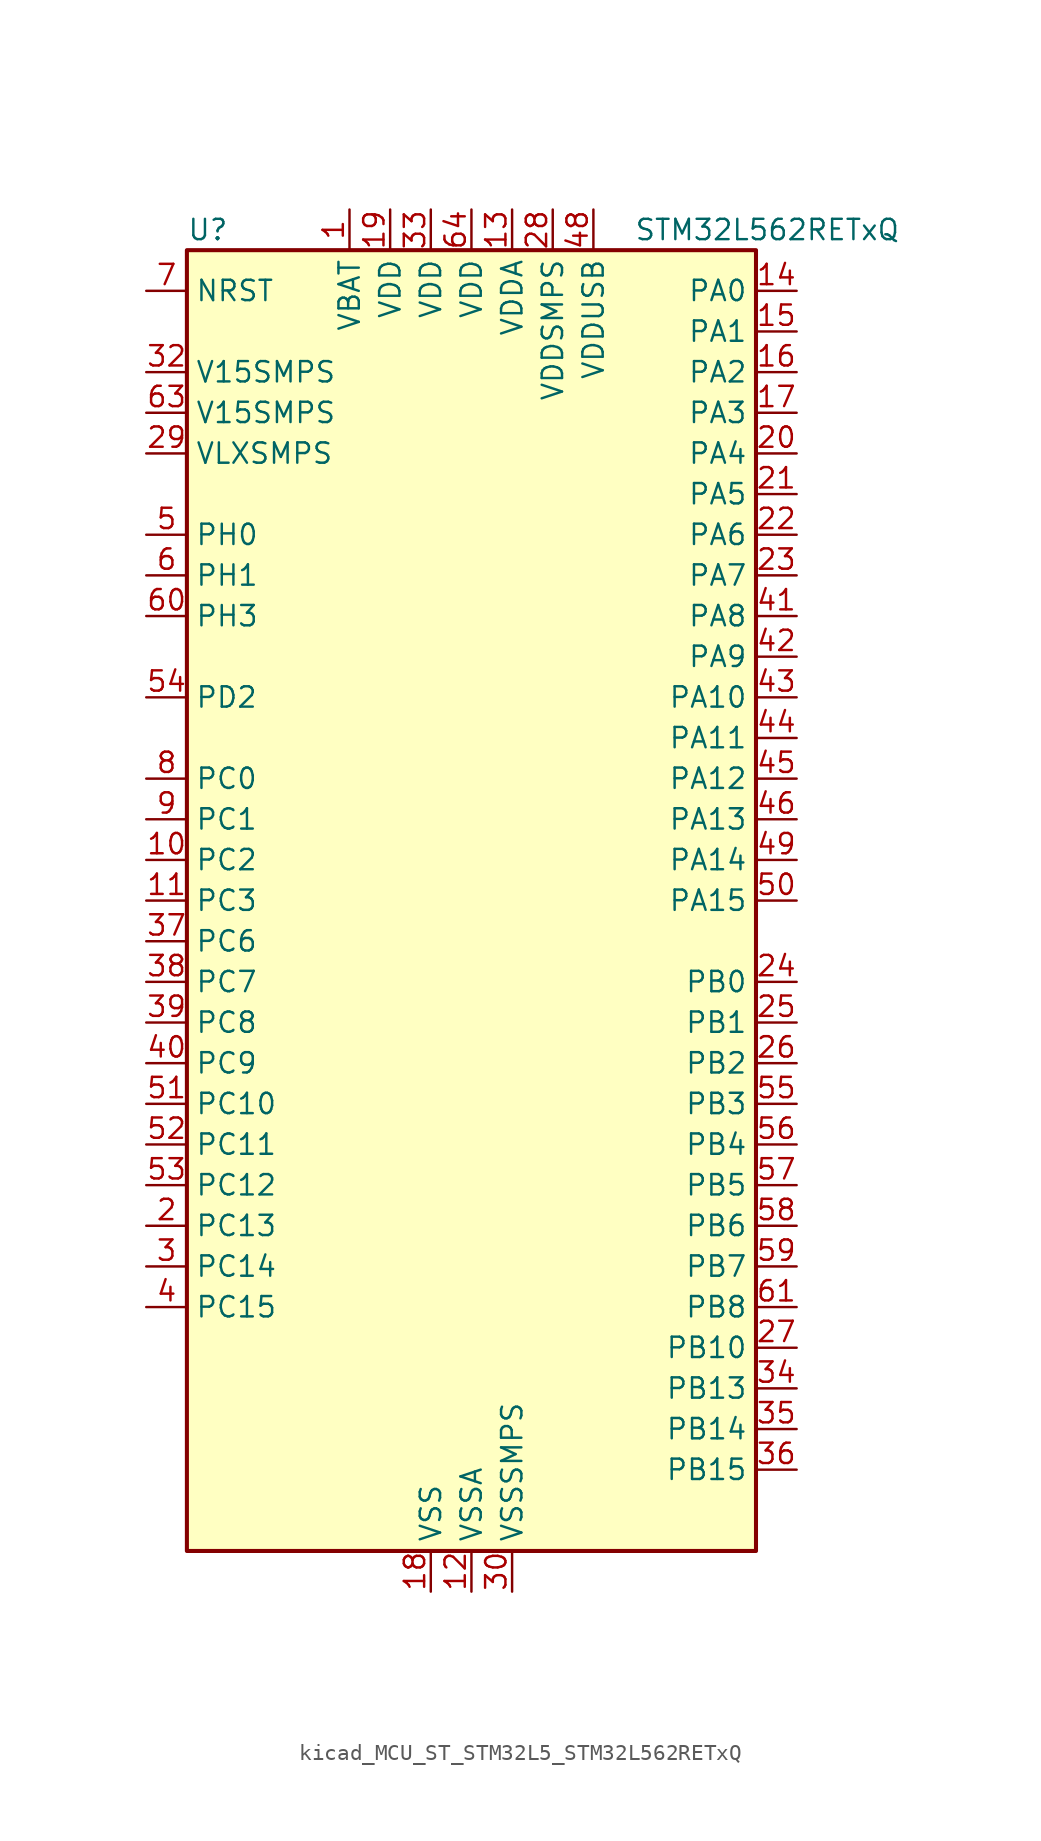
<source format=kicad_sym>
(kicad_symbol_lib
  (version 20220914)
  (generator kicad_symbol_editor)
  (symbol "kicad_MCU_ST_STM32L5_STM32L562RETxQ"
    (property "Reference" "U"
      (at -17.78 41.91 0)
      (effects (font (size 1.27 1.27)) (justify left)))
    (property "Value" "STM32L562RETxQ"
      (at 10.16 41.91 0)
      (effects (font (size 1.27 1.27)) (justify left)))
    (property "ki_locked" ""
      (at 0 0 0)
      (effects (font (size 1.27 1.27))))
    (symbol "kicad_MCU_ST_STM32L5_STM32L562RETxQ_0_1"
      (rectangle (start -17.78 -40.64) (end 17.78 40.64) (stroke (width 0.254) (type default)) (fill (type background))))
    (symbol "kicad_MCU_ST_STM32L5_STM32L562RETxQ_1_1"
      (pin power_in line (at -7.62 43.18 270) (length 2.54) (name "VBAT" (effects (font (size 1.27 1.27)))) (number "1" (effects (font (size 1.27 1.27)))))
      (pin bidirectional line (at -20.32 2.54 0) (length 2.54) (name "PC2" (effects (font (size 1.27 1.27)))) (number "10" (effects (font (size 1.27 1.27)))) (alternate "ADC1_IN3" bidirectional line) (alternate "ADC2_IN3" bidirectional line) (alternate "DFSDM1_CKOUT" bidirectional line) (alternate "LPTIM1_IN2" bidirectional line) (alternate "OCTOSPI1_IO5" bidirectional line) (alternate "SPI2_MISO" bidirectional line))
      (pin bidirectional line (at -20.32 0 0) (length 2.54) (name "PC3" (effects (font (size 1.27 1.27)))) (number "11" (effects (font (size 1.27 1.27)))) (alternate "ADC1_IN4" bidirectional line) (alternate "ADC2_IN4" bidirectional line) (alternate "LPTIM1_ETR" bidirectional line) (alternate "LPTIM2_ETR" bidirectional line) (alternate "LPTIM3_OUT" bidirectional line) (alternate "OCTOSPI1_IO6" bidirectional line) (alternate "SAI1_D1" bidirectional line) (alternate "SAI1_SD_A" bidirectional line) (alternate "SPI2_MOSI" bidirectional line))
      (pin power_in line (at 0 -43.18 90) (length 2.54) (name "VSSA" (effects (font (size 1.27 1.27)))) (number "12" (effects (font (size 1.27 1.27)))))
      (pin power_in line (at 2.54 43.18 270) (length 2.54) (name "VDDA" (effects (font (size 1.27 1.27)))) (number "13" (effects (font (size 1.27 1.27)))))
      (pin bidirectional line (at 20.32 38.1 180) (length 2.54) (name "PA0" (effects (font (size 1.27 1.27)))) (number "14" (effects (font (size 1.27 1.27)))) (alternate "ADC1_IN5" bidirectional line) (alternate "ADC2_IN5" bidirectional line) (alternate "OPAMP1_VINP" bidirectional line) (alternate "PWR_WKUP1" bidirectional line) (alternate "SAI1_EXTCLK" bidirectional line) (alternate "TAMP_IN2" bidirectional line) (alternate "TAMP_OUT1" bidirectional line) (alternate "TIM2_CH1" bidirectional line) (alternate "TIM2_ETR" bidirectional line) (alternate "TIM5_CH1" bidirectional line) (alternate "TIM8_ETR" bidirectional line) (alternate "UART4_TX" bidirectional line) (alternate "USART2_CTS" bidirectional line) (alternate "USART2_NSS" bidirectional line))
      (pin bidirectional line (at 20.32 35.56 180) (length 2.54) (name "PA1" (effects (font (size 1.27 1.27)))) (number "15" (effects (font (size 1.27 1.27)))) (alternate "ADC1_IN6" bidirectional line) (alternate "ADC2_IN6" bidirectional line) (alternate "I2C1_SMBA" bidirectional line) (alternate "OCTOSPI1_DQS" bidirectional line) (alternate "OPAMP1_VINM" bidirectional line) (alternate "SPI1_SCK" bidirectional line) (alternate "TAMP_IN5" bidirectional line) (alternate "TAMP_OUT4" bidirectional line) (alternate "TIM15_CH1N" bidirectional line) (alternate "TIM2_CH2" bidirectional line) (alternate "TIM5_CH2" bidirectional line) (alternate "UART4_RX" bidirectional line) (alternate "USART2_DE" bidirectional line) (alternate "USART2_RTS" bidirectional line))
      (pin bidirectional line (at 20.32 33.02 180) (length 2.54) (name "PA2" (effects (font (size 1.27 1.27)))) (number "16" (effects (font (size 1.27 1.27)))) (alternate "ADC1_IN7" bidirectional line) (alternate "ADC2_IN7" bidirectional line) (alternate "COMP1_INP" bidirectional line) (alternate "LPUART1_TX" bidirectional line) (alternate "OCTOSPI1_NCS" bidirectional line) (alternate "PWR_WKUP4" bidirectional line) (alternate "RCC_LSCO" bidirectional line) (alternate "SAI2_EXTCLK" bidirectional line) (alternate "TIM15_CH1" bidirectional line) (alternate "TIM2_CH3" bidirectional line) (alternate "TIM5_CH3" bidirectional line) (alternate "UCPD1_FRSTX1" bidirectional line) (alternate "USART2_TX" bidirectional line))
      (pin bidirectional line (at 20.32 30.48 180) (length 2.54) (name "PA3" (effects (font (size 1.27 1.27)))) (number "17" (effects (font (size 1.27 1.27)))) (alternate "ADC1_IN8" bidirectional line) (alternate "ADC2_IN8" bidirectional line) (alternate "LPUART1_RX" bidirectional line) (alternate "OCTOSPI1_CLK" bidirectional line) (alternate "OPAMP1_VOUT" bidirectional line) (alternate "SAI1_CK1" bidirectional line) (alternate "SAI1_MCLK_A" bidirectional line) (alternate "TIM15_CH2" bidirectional line) (alternate "TIM2_CH4" bidirectional line) (alternate "TIM5_CH4" bidirectional line) (alternate "USART2_RX" bidirectional line))
      (pin power_in line (at -2.54 -43.18 90) (length 2.54) (name "VSS" (effects (font (size 1.27 1.27)))) (number "18" (effects (font (size 1.27 1.27)))))
      (pin power_in line (at -5.08 43.18 270) (length 2.54) (name "VDD" (effects (font (size 1.27 1.27)))) (number "19" (effects (font (size 1.27 1.27)))))
      (pin bidirectional line (at -20.32 -20.32 0) (length 2.54) (name "PC13" (effects (font (size 1.27 1.27)))) (number "2" (effects (font (size 1.27 1.27)))) (alternate "PWR_WKUP2" bidirectional line) (alternate "RTC_OUT1" bidirectional line) (alternate "RTC_TS" bidirectional line) (alternate "TAMP_IN1" bidirectional line) (alternate "TAMP_OUT2" bidirectional line))
      (pin bidirectional line (at 20.32 27.94 180) (length 2.54) (name "PA4" (effects (font (size 1.27 1.27)))) (number "20" (effects (font (size 1.27 1.27)))) (alternate "ADC1_IN9" bidirectional line) (alternate "ADC2_IN9" bidirectional line) (alternate "DAC1_OUT1" bidirectional line) (alternate "LPTIM2_OUT" bidirectional line) (alternate "OCTOSPI1_NCS" bidirectional line) (alternate "SAI1_FS_B" bidirectional line) (alternate "SPI1_NSS" bidirectional line) (alternate "SPI3_NSS" bidirectional line) (alternate "USART2_CK" bidirectional line))
      (pin bidirectional line (at 20.32 25.4 180) (length 2.54) (name "PA5" (effects (font (size 1.27 1.27)))) (number "21" (effects (font (size 1.27 1.27)))) (alternate "ADC1_IN10" bidirectional line) (alternate "ADC2_IN10" bidirectional line) (alternate "DAC1_OUT2" bidirectional line) (alternate "LPTIM2_ETR" bidirectional line) (alternate "SPI1_SCK" bidirectional line) (alternate "TIM2_CH1" bidirectional line) (alternate "TIM2_ETR" bidirectional line) (alternate "TIM8_CH1N" bidirectional line))
      (pin bidirectional line (at 20.32 22.86 180) (length 2.54) (name "PA6" (effects (font (size 1.27 1.27)))) (number "22" (effects (font (size 1.27 1.27)))) (alternate "ADC1_IN11" bidirectional line) (alternate "ADC2_IN11" bidirectional line) (alternate "LPUART1_CTS" bidirectional line) (alternate "OCTOSPI1_IO3" bidirectional line) (alternate "OPAMP2_VINP" bidirectional line) (alternate "SPI1_MISO" bidirectional line) (alternate "TIM16_CH1" bidirectional line) (alternate "TIM1_BKIN" bidirectional line) (alternate "TIM3_CH1" bidirectional line) (alternate "TIM8_BKIN" bidirectional line) (alternate "USART3_CTS" bidirectional line) (alternate "USART3_NSS" bidirectional line))
      (pin bidirectional line (at 20.32 20.32 180) (length 2.54) (name "PA7" (effects (font (size 1.27 1.27)))) (number "23" (effects (font (size 1.27 1.27)))) (alternate "ADC1_IN12" bidirectional line) (alternate "ADC2_IN12" bidirectional line) (alternate "I2C3_SCL" bidirectional line) (alternate "OCTOSPI1_IO2" bidirectional line) (alternate "OPAMP2_VINM" bidirectional line) (alternate "SPI1_MOSI" bidirectional line) (alternate "TIM17_CH1" bidirectional line) (alternate "TIM1_CH1N" bidirectional line) (alternate "TIM3_CH2" bidirectional line) (alternate "TIM8_CH1N" bidirectional line))
      (pin bidirectional line (at 20.32 -5.08 180) (length 2.54) (name "PB0" (effects (font (size 1.27 1.27)))) (number "24" (effects (font (size 1.27 1.27)))) (alternate "ADC1_IN15" bidirectional line) (alternate "ADC2_IN15" bidirectional line) (alternate "COMP1_OUT" bidirectional line) (alternate "OCTOSPI1_IO1" bidirectional line) (alternate "OPAMP2_VOUT" bidirectional line) (alternate "SAI1_EXTCLK" bidirectional line) (alternate "SPI1_NSS" bidirectional line) (alternate "TIM1_CH2N" bidirectional line) (alternate "TIM3_CH3" bidirectional line) (alternate "TIM8_CH2N" bidirectional line) (alternate "USART3_CK" bidirectional line))
      (pin bidirectional line (at 20.32 -7.62 180) (length 2.54) (name "PB1" (effects (font (size 1.27 1.27)))) (number "25" (effects (font (size 1.27 1.27)))) (alternate "ADC1_IN16" bidirectional line) (alternate "ADC2_IN16" bidirectional line) (alternate "COMP1_INM" bidirectional line) (alternate "DFSDM1_DATIN0" bidirectional line) (alternate "LPTIM2_IN1" bidirectional line) (alternate "LPUART1_DE" bidirectional line) (alternate "LPUART1_RTS" bidirectional line) (alternate "OCTOSPI1_IO0" bidirectional line) (alternate "TIM1_CH3N" bidirectional line) (alternate "TIM3_CH4" bidirectional line) (alternate "TIM8_CH3N" bidirectional line) (alternate "USART3_DE" bidirectional line) (alternate "USART3_RTS" bidirectional line))
      (pin bidirectional line (at 20.32 -10.16 180) (length 2.54) (name "PB2" (effects (font (size 1.27 1.27)))) (number "26" (effects (font (size 1.27 1.27)))) (alternate "COMP1_INP" bidirectional line) (alternate "DFSDM1_CKIN0" bidirectional line) (alternate "I2C3_SMBA" bidirectional line) (alternate "LPTIM1_OUT" bidirectional line) (alternate "OCTOSPI1_DQS" bidirectional line) (alternate "RTC_OUT2" bidirectional line) (alternate "UCPD1_FRSTX1" bidirectional line))
      (pin bidirectional line (at 20.32 -27.94 180) (length 2.54) (name "PB10" (effects (font (size 1.27 1.27)))) (number "27" (effects (font (size 1.27 1.27)))) (alternate "COMP1_OUT" bidirectional line) (alternate "I2C2_SCL" bidirectional line) (alternate "I2C4_SCL" bidirectional line) (alternate "LPTIM3_OUT" bidirectional line) (alternate "LPUART1_RX" bidirectional line) (alternate "OCTOSPI1_CLK" bidirectional line) (alternate "SAI1_SCK_A" bidirectional line) (alternate "SPI2_SCK" bidirectional line) (alternate "TIM2_CH3" bidirectional line) (alternate "TSC_SYNC" bidirectional line) (alternate "USART3_TX" bidirectional line))
      (pin power_in line (at 5.08 43.18 270) (length 2.54) (name "VDDSMPS" (effects (font (size 1.27 1.27)))) (number "28" (effects (font (size 1.27 1.27)))))
      (pin power_in line (at -20.32 27.94 0) (length 2.54) (name "VLXSMPS" (effects (font (size 1.27 1.27)))) (number "29" (effects (font (size 1.27 1.27)))))
      (pin bidirectional line (at -20.32 -22.86 0) (length 2.54) (name "PC14" (effects (font (size 1.27 1.27)))) (number "3" (effects (font (size 1.27 1.27)))) (alternate "RCC_OSC32_IN" bidirectional line))
      (pin power_in line (at 2.54 -43.18 90) (length 2.54) (name "VSSSMPS" (effects (font (size 1.27 1.27)))) (number "30" (effects (font (size 1.27 1.27)))))
      (pin passive line (at -2.54 -43.18 90) (length 2.54) hide (name "VSS" (effects (font (size 1.27 1.27)))) (number "31" (effects (font (size 1.27 1.27)))))
      (pin power_in line (at -20.32 33.02 0) (length 2.54) (name "V15SMPS" (effects (font (size 1.27 1.27)))) (number "32" (effects (font (size 1.27 1.27)))))
      (pin power_in line (at -2.54 43.18 270) (length 2.54) (name "VDD" (effects (font (size 1.27 1.27)))) (number "33" (effects (font (size 1.27 1.27)))))
      (pin bidirectional line (at 20.32 -30.48 180) (length 2.54) (name "PB13" (effects (font (size 1.27 1.27)))) (number "34" (effects (font (size 1.27 1.27)))) (alternate "DFSDM1_CKIN1" bidirectional line) (alternate "I2C2_SCL" bidirectional line) (alternate "LPTIM3_IN1" bidirectional line) (alternate "LPUART1_CTS" bidirectional line) (alternate "SAI2_SCK_A" bidirectional line) (alternate "SPI2_SCK" bidirectional line) (alternate "TIM15_CH1N" bidirectional line) (alternate "TIM1_CH1N" bidirectional line) (alternate "TSC_G1_IO2" bidirectional line) (alternate "UCPD1_FRSTX2" bidirectional line) (alternate "USART3_CTS" bidirectional line) (alternate "USART3_NSS" bidirectional line))
      (pin bidirectional line (at 20.32 -33.02 180) (length 2.54) (name "PB14" (effects (font (size 1.27 1.27)))) (number "35" (effects (font (size 1.27 1.27)))) (alternate "DFSDM1_DATIN2" bidirectional line) (alternate "I2C2_SDA" bidirectional line) (alternate "LPTIM3_ETR" bidirectional line) (alternate "SAI2_MCLK_A" bidirectional line) (alternate "SPI2_MISO" bidirectional line) (alternate "TIM15_CH1" bidirectional line) (alternate "TIM1_CH2N" bidirectional line) (alternate "TIM8_CH2N" bidirectional line) (alternate "TSC_G1_IO3" bidirectional line) (alternate "UCPD1_DBCC2" bidirectional line) (alternate "USART3_DE" bidirectional line) (alternate "USART3_RTS" bidirectional line))
      (pin bidirectional line (at 20.32 -35.56 180) (length 2.54) (name "PB15" (effects (font (size 1.27 1.27)))) (number "36" (effects (font (size 1.27 1.27)))) (alternate "ADC1_EXTI15" bidirectional line) (alternate "ADC2_EXTI15" bidirectional line) (alternate "DFSDM1_CKIN2" bidirectional line) (alternate "RTC_REFIN" bidirectional line) (alternate "SAI2_SD_A" bidirectional line) (alternate "SPI2_MOSI" bidirectional line) (alternate "TIM15_CH2" bidirectional line) (alternate "TIM1_CH3N" bidirectional line) (alternate "TIM8_CH3N" bidirectional line) (alternate "UCPD1_CC2" bidirectional line))
      (pin bidirectional line (at -20.32 -2.54 0) (length 2.54) (name "PC6" (effects (font (size 1.27 1.27)))) (number "37" (effects (font (size 1.27 1.27)))) (alternate "DFSDM1_CKIN3" bidirectional line) (alternate "SAI2_MCLK_A" bidirectional line) (alternate "SDMMC1_D0DIR" bidirectional line) (alternate "SDMMC1_D6" bidirectional line) (alternate "TIM3_CH1" bidirectional line) (alternate "TIM8_CH1" bidirectional line) (alternate "TSC_G4_IO1" bidirectional line))
      (pin bidirectional line (at -20.32 -5.08 0) (length 2.54) (name "PC7" (effects (font (size 1.27 1.27)))) (number "38" (effects (font (size 1.27 1.27)))) (alternate "DFSDM1_DATIN3" bidirectional line) (alternate "SAI2_MCLK_B" bidirectional line) (alternate "SDMMC1_D123DIR" bidirectional line) (alternate "SDMMC1_D7" bidirectional line) (alternate "TIM3_CH2" bidirectional line) (alternate "TIM8_CH2" bidirectional line) (alternate "TSC_G4_IO2" bidirectional line))
      (pin bidirectional line (at -20.32 -7.62 0) (length 2.54) (name "PC8" (effects (font (size 1.27 1.27)))) (number "39" (effects (font (size 1.27 1.27)))) (alternate "SDMMC1_D0" bidirectional line) (alternate "TIM3_CH3" bidirectional line) (alternate "TIM8_CH3" bidirectional line) (alternate "TSC_G4_IO3" bidirectional line))
      (pin bidirectional line (at -20.32 -25.4 0) (length 2.54) (name "PC15" (effects (font (size 1.27 1.27)))) (number "4" (effects (font (size 1.27 1.27)))) (alternate "ADC1_EXTI15" bidirectional line) (alternate "ADC2_EXTI15" bidirectional line) (alternate "RCC_OSC32_OUT" bidirectional line))
      (pin bidirectional line (at -20.32 -10.16 0) (length 2.54) (name "PC9" (effects (font (size 1.27 1.27)))) (number "40" (effects (font (size 1.27 1.27)))) (alternate "DAC1_EXTI9" bidirectional line) (alternate "DEBUG_TRACED0" bidirectional line) (alternate "SAI2_EXTCLK" bidirectional line) (alternate "SDMMC1_D1" bidirectional line) (alternate "TIM3_CH4" bidirectional line) (alternate "TIM8_BKIN2" bidirectional line) (alternate "TIM8_CH4" bidirectional line) (alternate "TSC_G4_IO4" bidirectional line) (alternate "USB_NOE" bidirectional line))
      (pin bidirectional line (at 20.32 17.78 180) (length 2.54) (name "PA8" (effects (font (size 1.27 1.27)))) (number "41" (effects (font (size 1.27 1.27)))) (alternate "LPTIM2_OUT" bidirectional line) (alternate "RCC_MCO" bidirectional line) (alternate "SAI1_CK2" bidirectional line) (alternate "SAI1_SCK_A" bidirectional line) (alternate "TIM1_CH1" bidirectional line) (alternate "USART1_CK" bidirectional line))
      (pin bidirectional line (at 20.32 15.24 180) (length 2.54) (name "PA9" (effects (font (size 1.27 1.27)))) (number "42" (effects (font (size 1.27 1.27)))) (alternate "DAC1_EXTI9" bidirectional line) (alternate "SAI1_FS_A" bidirectional line) (alternate "SPI2_SCK" bidirectional line) (alternate "TIM15_BKIN" bidirectional line) (alternate "TIM1_CH2" bidirectional line) (alternate "USART1_TX" bidirectional line))
      (pin bidirectional line (at 20.32 12.7 180) (length 2.54) (name "PA10" (effects (font (size 1.27 1.27)))) (number "43" (effects (font (size 1.27 1.27)))) (alternate "CRS_SYNC" bidirectional line) (alternate "SAI1_D1" bidirectional line) (alternate "SAI1_SD_A" bidirectional line) (alternate "TIM17_BKIN" bidirectional line) (alternate "TIM1_CH3" bidirectional line) (alternate "USART1_RX" bidirectional line))
      (pin bidirectional line (at 20.32 10.16 180) (length 2.54) (name "PA11" (effects (font (size 1.27 1.27)))) (number "44" (effects (font (size 1.27 1.27)))) (alternate "ADC1_EXTI11" bidirectional line) (alternate "ADC2_EXTI11" bidirectional line) (alternate "FDCAN1_RX" bidirectional line) (alternate "SPI1_MISO" bidirectional line) (alternate "TIM1_BKIN2" bidirectional line) (alternate "TIM1_CH4" bidirectional line) (alternate "USART1_CTS" bidirectional line) (alternate "USART1_NSS" bidirectional line) (alternate "USB_DM" bidirectional line))
      (pin bidirectional line (at 20.32 7.62 180) (length 2.54) (name "PA12" (effects (font (size 1.27 1.27)))) (number "45" (effects (font (size 1.27 1.27)))) (alternate "FDCAN1_TX" bidirectional line) (alternate "SPI1_MOSI" bidirectional line) (alternate "TIM1_ETR" bidirectional line) (alternate "USART1_DE" bidirectional line) (alternate "USART1_RTS" bidirectional line) (alternate "USB_DP" bidirectional line))
      (pin bidirectional line (at 20.32 5.08 180) (length 2.54) (name "PA13" (effects (font (size 1.27 1.27)))) (number "46" (effects (font (size 1.27 1.27)))) (alternate "DEBUG_JTMS-SWDIO" bidirectional line) (alternate "IR_OUT" bidirectional line) (alternate "SAI1_SD_B" bidirectional line) (alternate "USB_NOE" bidirectional line))
      (pin passive line (at -2.54 -43.18 90) (length 2.54) hide (name "VSS" (effects (font (size 1.27 1.27)))) (number "47" (effects (font (size 1.27 1.27)))))
      (pin power_in line (at 7.62 43.18 270) (length 2.54) (name "VDDUSB" (effects (font (size 1.27 1.27)))) (number "48" (effects (font (size 1.27 1.27)))))
      (pin bidirectional line (at 20.32 2.54 180) (length 2.54) (name "PA14" (effects (font (size 1.27 1.27)))) (number "49" (effects (font (size 1.27 1.27)))) (alternate "DEBUG_JTCK-SWCLK" bidirectional line) (alternate "I2C1_SMBA" bidirectional line) (alternate "I2C4_SMBA" bidirectional line) (alternate "LPTIM1_OUT" bidirectional line) (alternate "SAI1_FS_B" bidirectional line))
      (pin bidirectional line (at -20.32 22.86 0) (length 2.54) (name "PH0" (effects (font (size 1.27 1.27)))) (number "5" (effects (font (size 1.27 1.27)))) (alternate "RCC_OSC_IN" bidirectional line))
      (pin bidirectional line (at 20.32 0 180) (length 2.54) (name "PA15" (effects (font (size 1.27 1.27)))) (number "50" (effects (font (size 1.27 1.27)))) (alternate "ADC1_EXTI15" bidirectional line) (alternate "ADC2_EXTI15" bidirectional line) (alternate "DEBUG_JTDI" bidirectional line) (alternate "SAI2_FS_B" bidirectional line) (alternate "SPI1_NSS" bidirectional line) (alternate "SPI3_NSS" bidirectional line) (alternate "TIM2_CH1" bidirectional line) (alternate "TIM2_ETR" bidirectional line) (alternate "UART4_DE" bidirectional line) (alternate "UART4_RTS" bidirectional line) (alternate "UCPD1_CC1" bidirectional line) (alternate "USART2_RX" bidirectional line) (alternate "USART3_DE" bidirectional line) (alternate "USART3_RTS" bidirectional line))
      (pin bidirectional line (at -20.32 -12.7 0) (length 2.54) (name "PC10" (effects (font (size 1.27 1.27)))) (number "51" (effects (font (size 1.27 1.27)))) (alternate "DEBUG_TRACED1" bidirectional line) (alternate "LPTIM3_ETR" bidirectional line) (alternate "SAI2_SCK_B" bidirectional line) (alternate "SDMMC1_D2" bidirectional line) (alternate "SPI3_SCK" bidirectional line) (alternate "TSC_G3_IO2" bidirectional line) (alternate "UART4_TX" bidirectional line) (alternate "USART3_TX" bidirectional line))
      (pin bidirectional line (at -20.32 -15.24 0) (length 2.54) (name "PC11" (effects (font (size 1.27 1.27)))) (number "52" (effects (font (size 1.27 1.27)))) (alternate "ADC1_EXTI11" bidirectional line) (alternate "ADC2_EXTI11" bidirectional line) (alternate "LPTIM3_IN1" bidirectional line) (alternate "OCTOSPI1_NCS" bidirectional line) (alternate "SAI2_MCLK_B" bidirectional line) (alternate "SDMMC1_D3" bidirectional line) (alternate "SPI3_MISO" bidirectional line) (alternate "TSC_G3_IO3" bidirectional line) (alternate "UART4_RX" bidirectional line) (alternate "UCPD1_FRSTX2" bidirectional line) (alternate "USART3_RX" bidirectional line))
      (pin bidirectional line (at -20.32 -17.78 0) (length 2.54) (name "PC12" (effects (font (size 1.27 1.27)))) (number "53" (effects (font (size 1.27 1.27)))) (alternate "DEBUG_TRACED3" bidirectional line) (alternate "SAI2_SD_B" bidirectional line) (alternate "SDMMC1_CK" bidirectional line) (alternate "SPI3_MOSI" bidirectional line) (alternate "TSC_G3_IO4" bidirectional line) (alternate "UART5_TX" bidirectional line) (alternate "USART3_CK" bidirectional line))
      (pin bidirectional line (at -20.32 12.7 0) (length 2.54) (name "PD2" (effects (font (size 1.27 1.27)))) (number "54" (effects (font (size 1.27 1.27)))) (alternate "DEBUG_TRACED2" bidirectional line) (alternate "SDMMC1_CMD" bidirectional line) (alternate "TIM3_ETR" bidirectional line) (alternate "TSC_SYNC" bidirectional line) (alternate "UART5_RX" bidirectional line) (alternate "USART3_DE" bidirectional line) (alternate "USART3_RTS" bidirectional line))
      (pin bidirectional line (at 20.32 -12.7 180) (length 2.54) (name "PB3" (effects (font (size 1.27 1.27)))) (number "55" (effects (font (size 1.27 1.27)))) (alternate "COMP2_INM" bidirectional line) (alternate "CRS_SYNC" bidirectional line) (alternate "DEBUG_JTDO-SWO" bidirectional line) (alternate "SAI1_SCK_B" bidirectional line) (alternate "SPI1_SCK" bidirectional line) (alternate "SPI3_SCK" bidirectional line) (alternate "TIM2_CH2" bidirectional line) (alternate "USART1_DE" bidirectional line) (alternate "USART1_RTS" bidirectional line))
      (pin bidirectional line (at 20.32 -15.24 180) (length 2.54) (name "PB4" (effects (font (size 1.27 1.27)))) (number "56" (effects (font (size 1.27 1.27)))) (alternate "COMP2_INP" bidirectional line) (alternate "DEBUG_JTRST" bidirectional line) (alternate "I2C3_SDA" bidirectional line) (alternate "SAI1_MCLK_B" bidirectional line) (alternate "SPI1_MISO" bidirectional line) (alternate "SPI3_MISO" bidirectional line) (alternate "TIM17_BKIN" bidirectional line) (alternate "TIM3_CH1" bidirectional line) (alternate "TSC_G2_IO1" bidirectional line) (alternate "UART5_DE" bidirectional line) (alternate "UART5_RTS" bidirectional line) (alternate "USART1_CTS" bidirectional line) (alternate "USART1_NSS" bidirectional line))
      (pin bidirectional line (at 20.32 -17.78 180) (length 2.54) (name "PB5" (effects (font (size 1.27 1.27)))) (number "57" (effects (font (size 1.27 1.27)))) (alternate "COMP2_OUT" bidirectional line) (alternate "I2C1_SMBA" bidirectional line) (alternate "LPTIM1_IN1" bidirectional line) (alternate "OCTOSPI1_NCLK" bidirectional line) (alternate "SAI1_SD_B" bidirectional line) (alternate "SPI1_MOSI" bidirectional line) (alternate "SPI3_MOSI" bidirectional line) (alternate "TIM16_BKIN" bidirectional line) (alternate "TIM3_CH2" bidirectional line) (alternate "TSC_G2_IO2" bidirectional line) (alternate "UART5_CTS" bidirectional line) (alternate "UCPD1_DBCC1" bidirectional line) (alternate "USART1_CK" bidirectional line))
      (pin bidirectional line (at 20.32 -20.32 180) (length 2.54) (name "PB6" (effects (font (size 1.27 1.27)))) (number "58" (effects (font (size 1.27 1.27)))) (alternate "COMP2_INP" bidirectional line) (alternate "I2C1_SCL" bidirectional line) (alternate "I2C4_SCL" bidirectional line) (alternate "LPTIM1_ETR" bidirectional line) (alternate "SAI1_FS_B" bidirectional line) (alternate "TIM16_CH1N" bidirectional line) (alternate "TIM4_CH1" bidirectional line) (alternate "TIM8_BKIN2" bidirectional line) (alternate "TSC_G2_IO3" bidirectional line) (alternate "USART1_TX" bidirectional line))
      (pin bidirectional line (at 20.32 -22.86 180) (length 2.54) (name "PB7" (effects (font (size 1.27 1.27)))) (number "59" (effects (font (size 1.27 1.27)))) (alternate "COMP2_INM" bidirectional line) (alternate "I2C1_SDA" bidirectional line) (alternate "I2C4_SDA" bidirectional line) (alternate "LPTIM1_IN2" bidirectional line) (alternate "PWR_PVD_IN" bidirectional line) (alternate "TIM17_CH1N" bidirectional line) (alternate "TIM4_CH2" bidirectional line) (alternate "TIM8_BKIN" bidirectional line) (alternate "TSC_G2_IO4" bidirectional line) (alternate "UART4_CTS" bidirectional line) (alternate "USART1_RX" bidirectional line))
      (pin bidirectional line (at -20.32 20.32 0) (length 2.54) (name "PH1" (effects (font (size 1.27 1.27)))) (number "6" (effects (font (size 1.27 1.27)))) (alternate "RCC_OSC_OUT" bidirectional line))
      (pin bidirectional line (at -20.32 17.78 0) (length 2.54) (name "PH3" (effects (font (size 1.27 1.27)))) (number "60" (effects (font (size 1.27 1.27)))))
      (pin bidirectional line (at 20.32 -25.4 180) (length 2.54) (name "PB8" (effects (font (size 1.27 1.27)))) (number "61" (effects (font (size 1.27 1.27)))) (alternate "DFSDM1_CKOUT" bidirectional line) (alternate "FDCAN1_RX" bidirectional line) (alternate "I2C1_SCL" bidirectional line) (alternate "SAI1_CK1" bidirectional line) (alternate "SAI1_MCLK_A" bidirectional line) (alternate "SDMMC1_CKIN" bidirectional line) (alternate "SDMMC1_D4" bidirectional line) (alternate "TIM16_CH1" bidirectional line) (alternate "TIM4_CH3" bidirectional line))
      (pin passive line (at -2.54 -43.18 90) (length 2.54) hide (name "VSS" (effects (font (size 1.27 1.27)))) (number "62" (effects (font (size 1.27 1.27)))))
      (pin power_in line (at -20.32 30.48 0) (length 2.54) (name "V15SMPS" (effects (font (size 1.27 1.27)))) (number "63" (effects (font (size 1.27 1.27)))))
      (pin power_in line (at 0 43.18 270) (length 2.54) (name "VDD" (effects (font (size 1.27 1.27)))) (number "64" (effects (font (size 1.27 1.27)))))
      (pin input line (at -20.32 38.1 0) (length 2.54) (name "NRST" (effects (font (size 1.27 1.27)))) (number "7" (effects (font (size 1.27 1.27)))))
      (pin bidirectional line (at -20.32 7.62 0) (length 2.54) (name "PC0" (effects (font (size 1.27 1.27)))) (number "8" (effects (font (size 1.27 1.27)))) (alternate "ADC1_IN1" bidirectional line) (alternate "ADC2_IN1" bidirectional line) (alternate "I2C3_SCL" bidirectional line) (alternate "LPTIM1_IN1" bidirectional line) (alternate "LPTIM2_IN1" bidirectional line) (alternate "LPUART1_RX" bidirectional line) (alternate "OCTOSPI1_IO7" bidirectional line) (alternate "SAI2_FS_A" bidirectional line) (alternate "SDMMC1_D5" bidirectional line))
      (pin bidirectional line (at -20.32 5.08 0) (length 2.54) (name "PC1" (effects (font (size 1.27 1.27)))) (number "9" (effects (font (size 1.27 1.27)))) (alternate "ADC1_IN2" bidirectional line) (alternate "ADC2_IN2" bidirectional line) (alternate "DEBUG_TRACED0" bidirectional line) (alternate "I2C3_SDA" bidirectional line) (alternate "LPTIM1_OUT" bidirectional line) (alternate "LPUART1_TX" bidirectional line) (alternate "OCTOSPI1_IO4" bidirectional line) (alternate "SAI1_SD_A" bidirectional line) (alternate "SPI2_MOSI" bidirectional line)))))
</source>
